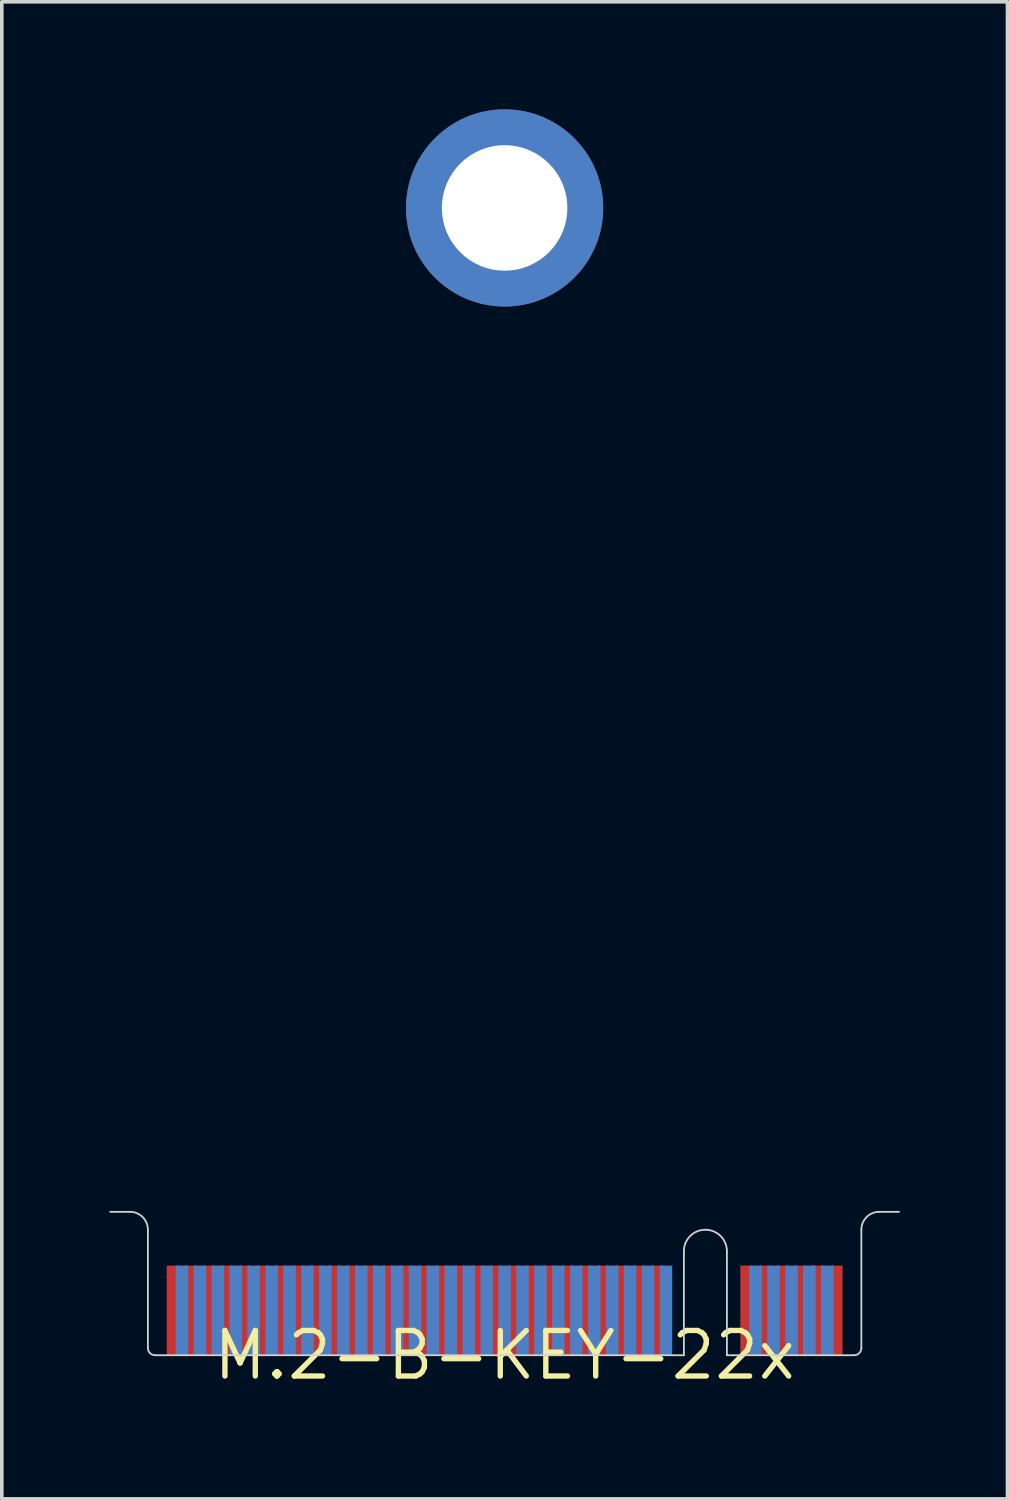
<source format=kicad_pcb>
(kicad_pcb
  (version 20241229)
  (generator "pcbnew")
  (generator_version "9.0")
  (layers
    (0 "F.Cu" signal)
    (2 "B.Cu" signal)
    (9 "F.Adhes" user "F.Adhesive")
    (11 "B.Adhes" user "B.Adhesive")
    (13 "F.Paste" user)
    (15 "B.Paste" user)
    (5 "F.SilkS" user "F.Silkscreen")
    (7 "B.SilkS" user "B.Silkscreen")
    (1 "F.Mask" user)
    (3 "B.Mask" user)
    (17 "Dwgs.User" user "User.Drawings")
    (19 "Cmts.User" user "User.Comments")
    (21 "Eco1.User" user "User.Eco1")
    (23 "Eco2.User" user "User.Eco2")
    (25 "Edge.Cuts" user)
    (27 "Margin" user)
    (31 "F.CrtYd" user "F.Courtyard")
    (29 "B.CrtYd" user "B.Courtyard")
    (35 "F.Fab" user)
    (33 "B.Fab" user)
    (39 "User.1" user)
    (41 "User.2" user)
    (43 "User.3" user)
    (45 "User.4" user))
  (footprint "M.2-B-KEY-22x"
    (layer "F.Cu")
    (at 11.025 34.75)
    (property "Reference" "M.2-B-KEY-22x" (at 0 0 0) (layer "F.SilkS") (effects (font (size 1.27 1.27) (thickness 0.15))))
    (attr exclude_from_pos_files exclude_from_bom)
    (fp_line (start -11 -4) (end -10.45 -4) (stroke (width 0.05) (type solid)) (layer "Edge.Cuts"))
    (fp_line (start -9.95 -3.5) (end -9.95 -0.2) (stroke (width 0.05) (type solid)) (layer "Edge.Cuts"))
    (fp_line (start -9.75 0) (end 5 0) (stroke (width 0.05) (type solid)) (layer "Edge.Cuts"))
    (fp_line (start 5 -2.9) (end 5 0) (stroke (width 0.05) (type solid)) (layer "Edge.Cuts"))
    (fp_line (start 6.2 -2.9) (end 6.2 0) (stroke (width 0.05) (type solid)) (layer "Edge.Cuts"))
    (fp_line (start 6.2 0) (end 9.75 0) (stroke (width 0.05) (type solid)) (layer "Edge.Cuts"))
    (fp_line (start 9.95 -0.2) (end 9.95 -3.5) (stroke (width 0.05) (type solid)) (layer "Edge.Cuts"))
    (fp_line (start 11 -4) (end 10.45 -4) (stroke (width 0.05) (type solid)) (layer "Edge.Cuts"))
    (fp_arc (start -10.45 -4) (mid -10.096447 -3.853553) (end -9.95 -3.5) (stroke (width 0.05) (type solid)) (layer "Edge.Cuts"))
    (fp_arc (start -9.75 0) (mid -9.891421 -0.058579) (end -9.95 -0.2) (stroke (width 0.05) (type solid)) (layer "Edge.Cuts"))
    (fp_arc (start 5 -2.9) (mid 5.175736 -3.324264) (end 5.6 -3.5) (stroke (width 0.05) (type solid)) (layer "Edge.Cuts"))
    (fp_arc (start 5.6 -3.5) (mid 6.024264 -3.324264) (end 6.2 -2.9) (stroke (width 0.05) (type solid)) (layer "Edge.Cuts"))
    (fp_arc (start 9.95 -3.5) (mid 10.096447 -3.853553) (end 10.45 -4) (stroke (width 0.05) (type solid)) (layer "Edge.Cuts"))
    (fp_arc (start 9.95 -0.2) (mid 9.891421 -0.058579) (end 9.75 0) (stroke (width 0.05) (type solid)) (layer "Edge.Cuts"))
    (pad "1" smd rect (at 9.25 -1.25) (size 0.35 2.5) (layers "F.Cu" "F.Mask"))
    (pad "2" smd rect (at 9 -1.25) (size 0.35 2.5) (layers "B.Cu" "B.Mask"))
    (pad "3" smd rect (at 8.75 -1.25) (size 0.35 2.5) (layers "F.Cu" "F.Mask"))
    (pad "4" smd rect (at 8.5 -1.25) (size 0.35 2.5) (layers "B.Cu" "B.Mask"))
    (pad "5" smd rect (at 8.25 -1.25) (size 0.35 2.5) (layers "F.Cu" "F.Mask"))
    (pad "6" smd rect (at 8 -1.25) (size 0.35 2.5) (layers "B.Cu" "B.Mask"))
    (pad "7" smd rect (at 7.75 -1.25) (size 0.35 2.5) (layers "F.Cu" "F.Mask"))
    (pad "8" smd rect (at 7.5 -1.25) (size 0.35 2.5) (layers "B.Cu" "B.Mask"))
    (pad "9" smd rect (at 7.25 -1.25) (size 0.35 2.5) (layers "F.Cu" "F.Mask"))
    (pad "10" smd rect (at 7 -1.25) (size 0.35 2.5) (layers "B.Cu" "B.Mask"))
    (pad "11" smd rect (at 6.75 -1.25) (size 0.35 2.5) (layers "F.Cu" "F.Mask"))
    (pad "20" smd rect (at 4.5 -1.25) (size 0.35 2.5) (layers "B.Cu" "B.Mask"))
    (pad "21" smd rect (at 4.25 -1.25) (size 0.35 2.5) (layers "F.Cu" "F.Mask"))
    (pad "22" smd rect (at 4 -1.25) (size 0.35 2.5) (layers "B.Cu" "B.Mask"))
    (pad "23" smd rect (at 3.75 -1.25) (size 0.35 2.5) (layers "F.Cu" "F.Mask"))
    (pad "24" smd rect (at 3.5 -1.25) (size 0.35 2.5) (layers "B.Cu" "B.Mask"))
    (pad "25" smd rect (at 3.25 -1.25) (size 0.35 2.5) (layers "F.Cu" "F.Mask"))
    (pad "26" smd rect (at 3 -1.25) (size 0.35 2.5) (layers "B.Cu" "B.Mask"))
    (pad "27" smd rect (at 2.75 -1.25) (size 0.35 2.5) (layers "F.Cu" "F.Mask"))
    (pad "28" smd rect (at 2.5 -1.25) (size 0.35 2.5) (layers "B.Cu" "B.Mask"))
    (pad "29" smd rect (at 2.25 -1.25) (size 0.35 2.5) (layers "F.Cu" "F.Mask"))
    (pad "30" smd rect (at 2 -1.25) (size 0.35 2.5) (layers "B.Cu" "B.Mask"))
    (pad "31" smd rect (at 1.75 -1.25) (size 0.35 2.5) (layers "F.Cu" "F.Mask"))
    (pad "32" smd rect (at 1.5 -1.25) (size 0.35 2.5) (layers "B.Cu" "B.Mask"))
    (pad "33" smd rect (at 1.25 -1.25) (size 0.35 2.5) (layers "F.Cu" "F.Mask"))
    (pad "34" smd rect (at 1 -1.25) (size 0.35 2.5) (layers "B.Cu" "B.Mask"))
    (pad "35" smd rect (at 0.75 -1.25) (size 0.35 2.5) (layers "F.Cu" "F.Mask"))
    (pad "36" smd rect (at 0.5 -1.25) (size 0.35 2.5) (layers "B.Cu" "B.Mask"))
    (pad "37" smd rect (at 0.25 -1.25) (size 0.35 2.5) (layers "F.Cu" "F.Mask"))
    (pad "38" smd rect (at 0 -1.25) (size 0.35 2.5) (layers "B.Cu" "B.Mask"))
    (pad "39" smd rect (at -0.25 -1.25) (size 0.35 2.5) (layers "F.Cu" "F.Mask"))
    (pad "40" smd rect (at -0.5 -1.25) (size 0.35 2.5) (layers "B.Cu" "B.Mask"))
    (pad "41" smd rect (at -0.75 -1.25) (size 0.35 2.5) (layers "F.Cu" "F.Mask"))
    (pad "42" smd rect (at -1 -1.25) (size 0.35 2.5) (layers "B.Cu" "B.Mask"))
    (pad "43" smd rect (at -1.25 -1.25) (size 0.35 2.5) (layers "F.Cu" "F.Mask"))
    (pad "44" smd rect (at -1.5 -1.25) (size 0.35 2.5) (layers "B.Cu" "B.Mask"))
    (pad "45" smd rect (at -1.75 -1.25) (size 0.35 2.5) (layers "F.Cu" "F.Mask"))
    (pad "46" smd rect (at -2 -1.25) (size 0.35 2.5) (layers "B.Cu" "B.Mask"))
    (pad "47" smd rect (at -2.25 -1.25) (size 0.35 2.5) (layers "F.Cu" "F.Mask"))
    (pad "48" smd rect (at -2.5 -1.25) (size 0.35 2.5) (layers "B.Cu" "B.Mask"))
    (pad "49" smd rect (at -2.75 -1.25) (size 0.35 2.5) (layers "F.Cu" "F.Mask"))
    (pad "50" smd rect (at -3 -1.25) (size 0.35 2.5) (layers "B.Cu" "B.Mask"))
    (pad "51" smd rect (at -3.25 -1.25) (size 0.35 2.5) (layers "F.Cu" "F.Mask"))
    (pad "52" smd rect (at -3.5 -1.25) (size 0.35 2.5) (layers "B.Cu" "B.Mask"))
    (pad "53" smd rect (at -3.75 -1.25) (size 0.35 2.5) (layers "F.Cu" "F.Mask"))
    (pad "54" smd rect (at -4 -1.25) (size 0.35 2.5) (layers "B.Cu" "B.Mask"))
    (pad "55" smd rect (at -4.25 -1.25) (size 0.35 2.5) (layers "F.Cu" "F.Mask"))
    (pad "56" smd rect (at -4.5 -1.25) (size 0.35 2.5) (layers "B.Cu" "B.Mask"))
    (pad "57" smd rect (at -4.75 -1.25) (size 0.35 2.5) (layers "F.Cu" "F.Mask"))
    (pad "58" smd rect (at -5 -1.25) (size 0.35 2.5) (layers "B.Cu" "B.Mask"))
    (pad "59" smd rect (at -5.25 -1.25) (size 0.35 2.5) (layers "F.Cu" "F.Mask"))
    (pad "60" smd rect (at -5.5 -1.25) (size 0.35 2.5) (layers "B.Cu" "B.Mask"))
    (pad "61" smd rect (at -5.75 -1.25) (size 0.35 2.5) (layers "F.Cu" "F.Mask"))
    (pad "62" smd rect (at -6 -1.25) (size 0.35 2.5) (layers "B.Cu" "B.Mask"))
    (pad "63" smd rect (at -6.25 -1.25) (size 0.35 2.5) (layers "F.Cu" "F.Mask"))
    (pad "64" smd rect (at -6.5 -1.25) (size 0.35 2.5) (layers "B.Cu" "B.Mask"))
    (pad "65" smd rect (at -6.75 -1.25) (size 0.35 2.5) (layers "F.Cu" "F.Mask"))
    (pad "66" smd rect (at -7 -1.25) (size 0.35 2.5) (layers "B.Cu" "B.Mask"))
    (pad "67" smd rect (at -7.25 -1.25) (size 0.35 2.5) (layers "F.Cu" "F.Mask"))
    (pad "68" smd rect (at -7.5 -1.25) (size 0.35 2.5) (layers "B.Cu" "B.Mask"))
    (pad "69" smd rect (at -7.75 -1.25) (size 0.35 2.5) (layers "F.Cu" "F.Mask"))
    (pad "70" smd rect (at -8 -1.25) (size 0.35 2.5) (layers "B.Cu" "B.Mask"))
    (pad "71" smd rect (at -8.25 -1.25) (size 0.35 2.5) (layers "F.Cu" "F.Mask"))
    (pad "72" smd rect (at -8.5 -1.25) (size 0.35 2.5) (layers "B.Cu" "B.Mask"))
    (pad "73" smd rect (at -8.75 -1.25) (size 0.35 2.5) (layers "F.Cu" "F.Mask"))
    (pad "74" smd rect (at -9 -1.25) (size 0.35 2.5) (layers "B.Cu" "B.Mask"))
    (pad "75" smd rect (at -9.25 -1.25) (size 0.35 2.5) (layers "F.Cu" "F.Mask"))
    (pad "MOUNTING-HOLE2" thru_hole circle (at 0 -32) (size 5.5 5.5) (drill 3.5) (layers "*.Cu" "*.Mask")))
  (gr_rect
    (start -3 -3)
    (end 25.05 38.756)
    (stroke (width 0.1) (type default))
    (fill no)
    (layer "Edge.Cuts")))
</source>
